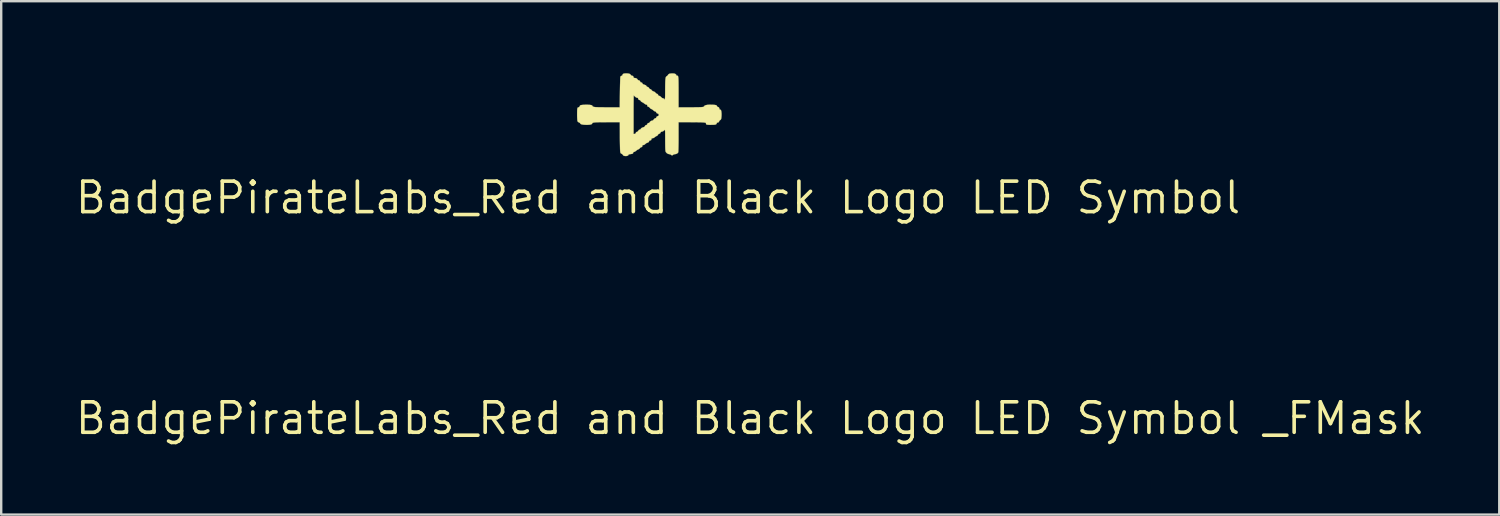
<source format=kicad_pcb>
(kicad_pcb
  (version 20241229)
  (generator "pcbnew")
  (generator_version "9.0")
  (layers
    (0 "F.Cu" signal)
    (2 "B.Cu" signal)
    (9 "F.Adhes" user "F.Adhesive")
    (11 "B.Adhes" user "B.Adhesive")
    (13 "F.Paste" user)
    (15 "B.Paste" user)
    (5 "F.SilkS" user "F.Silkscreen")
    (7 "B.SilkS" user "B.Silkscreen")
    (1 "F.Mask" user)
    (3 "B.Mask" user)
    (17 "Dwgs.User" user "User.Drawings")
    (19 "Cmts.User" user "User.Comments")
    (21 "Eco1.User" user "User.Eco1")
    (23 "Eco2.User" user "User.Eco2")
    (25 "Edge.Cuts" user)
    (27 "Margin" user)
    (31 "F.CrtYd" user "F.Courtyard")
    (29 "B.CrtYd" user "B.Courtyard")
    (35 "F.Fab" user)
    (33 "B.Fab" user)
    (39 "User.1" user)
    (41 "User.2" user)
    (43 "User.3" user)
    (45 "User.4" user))
  (footprint "BadgePirateLabs_Red and Black Logo LED Symbol _FMask"
    (layer "F.Cu")
    (at 28.189 14.37)
    (property "Reference" "BadgePirateLabs_Red and Black Logo LED Symbol _FMask" (at 0 0 0) (layer "F.SilkS") (effects (font (size 1.27 1.27) (thickness 0.15))))
    (attr through_hole)
    (fp_poly (pts (xy -1.252 -5.173) (xy -1.192 -5.161) (xy -1.155 -5.139) (xy -1.141 -5.119) (xy -1.115 -5.089) (xy -1.09 -5.082) (xy -1.047 -5.069) (xy -1.021 -5.035) (xy -1.018 -5.015) (xy -1.006 -4.991) (xy -0.983 -4.986) (xy -0.915 -4.977) (xy -0.872 -4.951) (xy -0.86 -4.931) (xy -0.832 -4.899) (xy -0.798 -4.886) (xy -0.76 -4.87) (xy -0.746 -4.84) (xy -0.73 -4.81) (xy -0.698 -4.799) (xy -0.661 -4.784) (xy -0.65 -4.761) (xy -0.637 -4.736) (xy -0.602 -4.716) (xy -0.568 -4.705) (xy -0.511 -4.683) (xy -0.484 -4.656) (xy -0.483 -4.651) (xy -0.461 -4.623) (xy -0.429 -4.61) (xy -0.388 -4.59) (xy -0.374 -4.565) (xy -0.35 -4.532) (xy -0.322 -4.521) (xy -0.285 -4.502) (xy -0.264 -4.477) (xy -0.234 -4.445) (xy -0.185 -4.424) (xy -0.135 -4.402) (xy -0.106 -4.373) (xy -0.106 -4.372) (xy -0.08 -4.343) (xy -0.049 -4.33) (xy -0.01 -4.309) (xy 0.004 -4.281) (xy 0.022 -4.248) (xy 0.051 -4.24) (xy 0.088 -4.227) (xy 0.121 -4.195) (xy 0.17 -4.152) (xy 0.21 -4.138) (xy 0.255 -4.122) (xy 0.279 -4.089) (xy 0.281 -4.085) (xy 0.286 -4.082) (xy 0.29 -4.105) (xy 0.293 -4.154) (xy 0.296 -4.231) (xy 0.297 -4.337) (xy 0.298 -4.474) (xy 0.298 -4.496) (xy 0.299 -4.644) (xy 0.301 -4.763) (xy 0.304 -4.856) (xy 0.309 -4.928) (xy 0.316 -4.98) (xy 0.325 -5.016) (xy 0.337 -5.04) (xy 0.352 -5.053) (xy 0.364 -5.058) (xy 0.392 -5.079) (xy 0.414 -5.11) (xy 0.437 -5.141) (xy 0.473 -5.161) (xy 0.528 -5.171) (xy 0.601 -5.175) (xy 0.672 -5.17) (xy 0.724 -5.152) (xy 0.755 -5.124) (xy 0.76 -5.104) (xy 0.773 -5.085) (xy 0.788 -5.082) (xy 0.804 -5.081) (xy 0.818 -5.077) (xy 0.829 -5.066) (xy 0.837 -5.047) (xy 0.843 -5.016) (xy 0.848 -4.97) (xy 0.851 -4.907) (xy 0.853 -4.823) (xy 0.854 -4.717) (xy 0.855 -4.585) (xy 0.855 -4.424) (xy 0.855 -4.404) (xy 0.855 -3.764) (xy 1.327 -3.764) (xy 1.48 -3.764) (xy 1.604 -3.765) (xy 1.703 -3.767) (xy 1.778 -3.77) (xy 1.834 -3.774) (xy 1.874 -3.779) (xy 1.899 -3.787) (xy 1.915 -3.796) (xy 1.922 -3.808) (xy 1.923 -3.812) (xy 1.945 -3.836) (xy 1.994 -3.855) (xy 2.065 -3.867) (xy 2.153 -3.873) (xy 2.255 -3.872) (xy 2.345 -3.865) (xy 2.4 -3.858) (xy 2.431 -3.848) (xy 2.447 -3.833) (xy 2.452 -3.817) (xy 2.469 -3.788) (xy 2.489 -3.78) (xy 2.528 -3.766) (xy 2.551 -3.73) (xy 2.554 -3.706) (xy 2.565 -3.676) (xy 2.589 -3.666) (xy 2.611 -3.658) (xy 2.625 -3.636) (xy 2.636 -3.592) (xy 2.638 -3.575) (xy 2.644 -3.513) (xy 2.645 -3.438) (xy 2.641 -3.371) (xy 2.634 -3.309) (xy 2.625 -3.271) (xy 2.612 -3.249) (xy 2.595 -3.238) (xy 2.564 -3.212) (xy 2.542 -3.175) (xy 2.521 -3.14) (xy 2.488 -3.129) (xy 2.484 -3.129) (xy 2.452 -3.122) (xy 2.442 -3.098) (xy 2.436 -3.072) (xy 2.412 -3.053) (xy 2.369 -3.041) (xy 2.301 -3.035) (xy 2.215 -3.034) (xy 2.127 -3.034) (xy 2.067 -3.038) (xy 2.029 -3.044) (xy 2.008 -3.056) (xy 1.999 -3.074) (xy 1.998 -3.089) (xy 1.995 -3.107) (xy 1.984 -3.119) (xy 1.956 -3.126) (xy 1.906 -3.132) (xy 1.877 -3.135) (xy 1.828 -3.137) (xy 1.754 -3.14) (xy 1.658 -3.142) (xy 1.548 -3.143) (xy 1.428 -3.144) (xy 1.305 -3.145) (xy 0.855 -3.145) (xy 0.855 -2.535) (xy 0.855 -2.396) (xy 0.854 -2.267) (xy 0.852 -2.151) (xy 0.85 -2.051) (xy 0.847 -1.971) (xy 0.844 -1.915) (xy 0.841 -1.887) (xy 0.84 -1.886) (xy 0.812 -1.852) (xy 0.764 -1.825) (xy 0.704 -1.812) (xy 0.688 -1.811) (xy 0.651 -1.801) (xy 0.633 -1.788) (xy 0.602 -1.767) (xy 0.585 -1.764) (xy 0.552 -1.775) (xy 0.537 -1.788) (xy 0.507 -1.806) (xy 0.479 -1.811) (xy 0.417 -1.825) (xy 0.359 -1.861) (xy 0.323 -1.906) (xy 0.316 -1.925) (xy 0.31 -1.953) (xy 0.306 -1.994) (xy 0.303 -2.051) (xy 0.301 -2.129) (xy 0.3 -2.229) (xy 0.299 -2.357) (xy 0.299 -2.402) (xy 0.299 -2.533) (xy 0.298 -2.635) (xy 0.297 -2.712) (xy 0.296 -2.766) (xy 0.293 -2.802) (xy 0.289 -2.821) (xy 0.284 -2.828) (xy 0.278 -2.824) (xy 0.271 -2.817) (xy 0.221 -2.773) (xy 0.164 -2.75) (xy 0.143 -2.748) (xy 0.114 -2.735) (xy 0.106 -2.713) (xy 0.087 -2.68) (xy 0.05 -2.663) (xy 0.008 -2.641) (xy -0.005 -2.616) (xy -0.024 -2.586) (xy -0.051 -2.573) (xy -0.09 -2.554) (xy -0.131 -2.523) (xy -0.134 -2.52) (xy -0.184 -2.486) (xy -0.223 -2.478) (xy -0.257 -2.473) (xy -0.272 -2.452) (xy -0.275 -2.434) (xy -0.286 -2.4) (xy -0.316 -2.387) (xy -0.324 -2.386) (xy -0.355 -2.375) (xy -0.367 -2.359) (xy -0.381 -2.326) (xy -0.413 -2.298) (xy -0.448 -2.288) (xy -0.478 -2.277) (xy -0.514 -2.249) (xy -0.524 -2.24) (xy -0.57 -2.204) (xy -0.611 -2.192) (xy -0.643 -2.187) (xy -0.653 -2.163) (xy -0.653 -2.152) (xy -0.661 -2.121) (xy -0.69 -2.105) (xy -0.698 -2.103) (xy -0.736 -2.086) (xy -0.757 -2.061) (xy -0.783 -2.033) (xy -0.82 -2.013) (xy -0.863 -1.992) (xy -0.908 -1.959) (xy -0.916 -1.952) (xy -0.955 -1.923) (xy -0.991 -1.907) (xy -0.999 -1.907) (xy -1.028 -1.897) (xy -1.034 -1.876) (xy -1.038 -1.851) (xy -1.055 -1.835) (xy -1.09 -1.824) (xy -1.145 -1.816) (xy -1.19 -1.809) (xy -1.219 -1.8) (xy -1.225 -1.794) (xy -1.239 -1.765) (xy -1.276 -1.744) (xy -1.327 -1.734) (xy -1.383 -1.736) (xy -1.427 -1.748) (xy -1.455 -1.767) (xy -1.463 -1.784) (xy -1.476 -1.804) (xy -1.508 -1.825) (xy -1.514 -1.828) (xy -1.544 -1.844) (xy -1.56 -1.863) (xy -1.57 -1.897) (xy -1.576 -1.946) (xy -1.579 -1.985) (xy -1.581 -2.051) (xy -1.583 -2.139) (xy -1.585 -2.246) (xy -1.587 -2.367) (xy -1.588 -2.497) (xy -1.588 -2.593) (xy -1.59 -3.145) (xy -2.078 -3.145) (xy -2.24 -3.144) (xy -2.374 -3.143) (xy -2.481 -3.142) (xy -2.565 -3.139) (xy -2.629 -3.135) (xy -2.675 -3.129) (xy -2.706 -3.122) (xy -2.725 -3.113) (xy -2.735 -3.102) (xy -2.738 -3.095) (xy -2.754 -3.069) (xy -2.79 -3.051) (xy -2.848 -3.04) (xy -2.933 -3.034) (xy -2.989 -3.034) (xy -3.088 -3.038) (xy -3.165 -3.049) (xy -3.216 -3.067) (xy -3.24 -3.091) (xy -3.241 -3.098) (xy -3.254 -3.114) (xy -3.287 -3.131) (xy -3.29 -3.132) (xy -3.33 -3.156) (xy -3.353 -3.187) (xy -3.358 -3.216) (xy -3.362 -3.271) (xy -3.366 -3.343) (xy -3.368 -3.428) (xy -3.368 -3.453) (xy -1.018 -3.453) (xy -1.018 -2.651) (xy -0.975 -2.656) (xy -0.939 -2.669) (xy -0.926 -2.697) (xy -0.909 -2.729) (xy -0.875 -2.742) (xy -0.835 -2.763) (xy -0.821 -2.787) (xy -0.798 -2.82) (xy -0.767 -2.832) (xy -0.728 -2.85) (xy -0.713 -2.873) (xy -0.691 -2.9) (xy -0.639 -2.924) (xy -0.627 -2.927) (xy -0.576 -2.946) (xy -0.55 -2.967) (xy -0.545 -2.983) (xy -0.527 -3.012) (xy -0.498 -3.021) (xy -0.461 -3.036) (xy -0.447 -3.065) (xy -0.428 -3.099) (xy -0.395 -3.11) (xy -0.363 -3.119) (xy -0.352 -3.13) (xy -0.338 -3.158) (xy -0.306 -3.186) (xy -0.268 -3.205) (xy -0.248 -3.208) (xy -0.208 -3.221) (xy -0.18 -3.255) (xy -0.146 -3.294) (xy -0.113 -3.307) (xy -0.079 -3.322) (xy -0.069 -3.348) (xy -0.052 -3.379) (xy -0.017 -3.394) (xy 0.017 -3.406) (xy 0.029 -3.432) (xy 0.029 -3.449) (xy 0.024 -3.484) (xy 0 -3.5) (xy -0.017 -3.504) (xy -0.058 -3.524) (xy -0.073 -3.551) (xy -0.092 -3.583) (xy -0.113 -3.589) (xy -0.144 -3.6) (xy -0.181 -3.626) (xy -0.191 -3.635) (xy -0.233 -3.669) (xy -0.276 -3.693) (xy -0.283 -3.696) (xy -0.321 -3.717) (xy -0.343 -3.744) (xy -0.369 -3.772) (xy -0.402 -3.786) (xy -0.436 -3.8) (xy -0.447 -3.828) (xy -0.447 -3.835) (xy -0.453 -3.866) (xy -0.479 -3.875) (xy -0.485 -3.875) (xy -0.52 -3.886) (xy -0.561 -3.912) (xy -0.572 -3.921) (xy -0.613 -3.953) (xy -0.654 -3.974) (xy -0.661 -3.977) (xy -0.699 -3.999) (xy -0.72 -4.026) (xy -0.742 -4.056) (xy -0.764 -4.066) (xy -0.802 -4.079) (xy -0.825 -4.114) (xy -0.828 -4.132) (xy -0.839 -4.155) (xy -0.869 -4.161) (xy -0.91 -4.173) (xy -0.954 -4.206) (xy -0.957 -4.208) (xy -0.988 -4.238) (xy -1.008 -4.255) (xy -1.012 -4.256) (xy -1.013 -4.241) (xy -1.014 -4.197) (xy -1.015 -4.127) (xy -1.016 -4.034) (xy -1.017 -3.921) (xy -1.018 -3.792) (xy -1.018 -3.649) (xy -1.018 -3.495) (xy -1.018 -3.453) (xy -3.368 -3.453) (xy -3.368 -3.476) (xy -3.367 -3.579) (xy -3.365 -3.654) (xy -3.359 -3.706) (xy -3.35 -3.739) (xy -3.336 -3.756) (xy -3.316 -3.763) (xy -3.303 -3.764) (xy -3.278 -3.778) (xy -3.26 -3.81) (xy -3.25 -3.832) (xy -3.237 -3.846) (xy -3.212 -3.855) (xy -3.169 -3.861) (xy -3.106 -3.867) (xy -3.025 -3.871) (xy -2.938 -3.871) (xy -2.864 -3.868) (xy -2.858 -3.867) (xy -2.797 -3.859) (xy -2.76 -3.85) (xy -2.74 -3.836) (xy -2.73 -3.82) (xy -2.721 -3.806) (xy -2.708 -3.794) (xy -2.686 -3.785) (xy -2.653 -3.778) (xy -2.605 -3.772) (xy -2.541 -3.769) (xy -2.456 -3.766) (xy -2.348 -3.765) (xy -2.214 -3.764) (xy -2.081 -3.764) (xy -1.593 -3.764) (xy -1.586 -4.387) (xy -1.584 -4.526) (xy -1.582 -4.655) (xy -1.579 -4.771) (xy -1.576 -4.871) (xy -1.573 -4.951) (xy -1.57 -5.007) (xy -1.567 -5.036) (xy -1.567 -5.038) (xy -1.543 -5.064) (xy -1.517 -5.075) (xy -1.486 -5.094) (xy -1.479 -5.114) (xy -1.464 -5.148) (xy -1.421 -5.169) (xy -1.35 -5.177) (xy -1.339 -5.177) (xy -1.252 -5.173)) (stroke (width 0.01) (type solid)) (fill yes) (layer "F.Mask")))
  (footprint "BadgePirateLabs_Red and Black Logo LED Symbol"
    (layer "F.Cu")
    (at 24.349 5.182)
    (property "Reference" "BadgePirateLabs_Red and Black Logo LED Symbol" (at 0 0 0) (layer "F.SilkS") (effects (font (size 1.27 1.27) (thickness 0.15))))
    (attr through_hole)
    (fp_poly (pts (xy -1.252 -5.173) (xy -1.192 -5.161) (xy -1.155 -5.139) (xy -1.141 -5.119) (xy -1.115 -5.089) (xy -1.09 -5.082) (xy -1.047 -5.069) (xy -1.021 -5.035) (xy -1.018 -5.015) (xy -1.006 -4.991) (xy -0.983 -4.986) (xy -0.915 -4.977) (xy -0.872 -4.951) (xy -0.86 -4.931) (xy -0.832 -4.899) (xy -0.798 -4.886) (xy -0.76 -4.87) (xy -0.746 -4.84) (xy -0.73 -4.81) (xy -0.698 -4.799) (xy -0.661 -4.784) (xy -0.65 -4.761) (xy -0.637 -4.736) (xy -0.602 -4.716) (xy -0.568 -4.705) (xy -0.511 -4.683) (xy -0.484 -4.656) (xy -0.483 -4.651) (xy -0.461 -4.623) (xy -0.429 -4.61) (xy -0.388 -4.59) (xy -0.374 -4.565) (xy -0.35 -4.532) (xy -0.322 -4.521) (xy -0.285 -4.502) (xy -0.264 -4.477) (xy -0.234 -4.445) (xy -0.185 -4.424) (xy -0.135 -4.402) (xy -0.106 -4.373) (xy -0.106 -4.372) (xy -0.08 -4.343) (xy -0.049 -4.33) (xy -0.01 -4.309) (xy 0.004 -4.281) (xy 0.022 -4.248) (xy 0.051 -4.24) (xy 0.088 -4.227) (xy 0.121 -4.195) (xy 0.17 -4.152) (xy 0.21 -4.138) (xy 0.255 -4.122) (xy 0.279 -4.089) (xy 0.281 -4.085) (xy 0.286 -4.082) (xy 0.29 -4.105) (xy 0.293 -4.154) (xy 0.296 -4.231) (xy 0.297 -4.337) (xy 0.298 -4.474) (xy 0.298 -4.496) (xy 0.299 -4.644) (xy 0.301 -4.763) (xy 0.304 -4.856) (xy 0.309 -4.928) (xy 0.316 -4.98) (xy 0.325 -5.016) (xy 0.337 -5.04) (xy 0.352 -5.053) (xy 0.364 -5.058) (xy 0.392 -5.079) (xy 0.414 -5.11) (xy 0.437 -5.141) (xy 0.473 -5.161) (xy 0.528 -5.171) (xy 0.601 -5.175) (xy 0.672 -5.17) (xy 0.724 -5.152) (xy 0.755 -5.124) (xy 0.76 -5.104) (xy 0.773 -5.085) (xy 0.788 -5.082) (xy 0.804 -5.081) (xy 0.818 -5.077) (xy 0.829 -5.066) (xy 0.837 -5.047) (xy 0.843 -5.016) (xy 0.848 -4.97) (xy 0.851 -4.907) (xy 0.853 -4.823) (xy 0.854 -4.717) (xy 0.855 -4.585) (xy 0.855 -4.424) (xy 0.855 -4.404) (xy 0.855 -3.764) (xy 1.327 -3.764) (xy 1.48 -3.764) (xy 1.604 -3.765) (xy 1.703 -3.767) (xy 1.778 -3.77) (xy 1.834 -3.774) (xy 1.874 -3.779) (xy 1.899 -3.787) (xy 1.915 -3.796) (xy 1.922 -3.808) (xy 1.923 -3.812) (xy 1.945 -3.836) (xy 1.994 -3.855) (xy 2.065 -3.867) (xy 2.153 -3.873) (xy 2.255 -3.872) (xy 2.345 -3.865) (xy 2.4 -3.858) (xy 2.431 -3.848) (xy 2.447 -3.833) (xy 2.452 -3.817) (xy 2.469 -3.788) (xy 2.489 -3.78) (xy 2.528 -3.766) (xy 2.551 -3.73) (xy 2.554 -3.706) (xy 2.565 -3.676) (xy 2.589 -3.666) (xy 2.611 -3.658) (xy 2.625 -3.636) (xy 2.636 -3.592) (xy 2.638 -3.575) (xy 2.644 -3.513) (xy 2.645 -3.438) (xy 2.641 -3.371) (xy 2.634 -3.309) (xy 2.625 -3.271) (xy 2.612 -3.249) (xy 2.595 -3.238) (xy 2.564 -3.212) (xy 2.542 -3.175) (xy 2.521 -3.14) (xy 2.488 -3.129) (xy 2.484 -3.129) (xy 2.452 -3.122) (xy 2.442 -3.098) (xy 2.436 -3.072) (xy 2.412 -3.053) (xy 2.369 -3.041) (xy 2.301 -3.035) (xy 2.215 -3.034) (xy 2.127 -3.034) (xy 2.067 -3.038) (xy 2.029 -3.044) (xy 2.008 -3.056) (xy 1.999 -3.074) (xy 1.998 -3.089) (xy 1.995 -3.107) (xy 1.984 -3.119) (xy 1.956 -3.126) (xy 1.906 -3.132) (xy 1.877 -3.135) (xy 1.828 -3.137) (xy 1.754 -3.14) (xy 1.658 -3.142) (xy 1.548 -3.143) (xy 1.428 -3.144) (xy 1.305 -3.145) (xy 0.855 -3.145) (xy 0.855 -2.535) (xy 0.855 -2.396) (xy 0.854 -2.267) (xy 0.852 -2.151) (xy 0.85 -2.051) (xy 0.847 -1.971) (xy 0.844 -1.915) (xy 0.841 -1.887) (xy 0.84 -1.886) (xy 0.812 -1.852) (xy 0.764 -1.825) (xy 0.704 -1.812) (xy 0.688 -1.811) (xy 0.651 -1.801) (xy 0.633 -1.788) (xy 0.602 -1.767) (xy 0.585 -1.764) (xy 0.552 -1.775) (xy 0.537 -1.788) (xy 0.507 -1.806) (xy 0.479 -1.811) (xy 0.417 -1.825) (xy 0.359 -1.861) (xy 0.323 -1.906) (xy 0.316 -1.925) (xy 0.31 -1.953) (xy 0.306 -1.994) (xy 0.303 -2.051) (xy 0.301 -2.129) (xy 0.3 -2.229) (xy 0.299 -2.357) (xy 0.299 -2.402) (xy 0.299 -2.533) (xy 0.298 -2.635) (xy 0.297 -2.712) (xy 0.296 -2.766) (xy 0.293 -2.802) (xy 0.289 -2.821) (xy 0.284 -2.828) (xy 0.278 -2.824) (xy 0.271 -2.817) (xy 0.221 -2.773) (xy 0.164 -2.75) (xy 0.143 -2.748) (xy 0.114 -2.735) (xy 0.106 -2.713) (xy 0.087 -2.68) (xy 0.05 -2.663) (xy 0.008 -2.641) (xy -0.005 -2.616) (xy -0.024 -2.586) (xy -0.051 -2.573) (xy -0.09 -2.554) (xy -0.131 -2.523) (xy -0.134 -2.52) (xy -0.184 -2.486) (xy -0.223 -2.478) (xy -0.257 -2.473) (xy -0.272 -2.452) (xy -0.275 -2.434) (xy -0.286 -2.4) (xy -0.316 -2.387) (xy -0.324 -2.386) (xy -0.355 -2.375) (xy -0.367 -2.359) (xy -0.381 -2.326) (xy -0.413 -2.298) (xy -0.448 -2.288) (xy -0.478 -2.277) (xy -0.514 -2.249) (xy -0.524 -2.24) (xy -0.57 -2.204) (xy -0.611 -2.192) (xy -0.643 -2.187) (xy -0.653 -2.163) (xy -0.653 -2.152) (xy -0.661 -2.121) (xy -0.69 -2.105) (xy -0.698 -2.103) (xy -0.736 -2.086) (xy -0.757 -2.061) (xy -0.783 -2.033) (xy -0.82 -2.013) (xy -0.863 -1.992) (xy -0.908 -1.959) (xy -0.916 -1.952) (xy -0.955 -1.923) (xy -0.991 -1.907) (xy -0.999 -1.907) (xy -1.028 -1.897) (xy -1.034 -1.876) (xy -1.038 -1.851) (xy -1.055 -1.835) (xy -1.09 -1.824) (xy -1.145 -1.816) (xy -1.19 -1.809) (xy -1.219 -1.8) (xy -1.225 -1.794) (xy -1.239 -1.765) (xy -1.276 -1.744) (xy -1.327 -1.734) (xy -1.383 -1.736) (xy -1.427 -1.748) (xy -1.455 -1.767) (xy -1.463 -1.784) (xy -1.476 -1.804) (xy -1.508 -1.825) (xy -1.514 -1.828) (xy -1.544 -1.844) (xy -1.56 -1.863) (xy -1.57 -1.897) (xy -1.576 -1.946) (xy -1.579 -1.985) (xy -1.581 -2.051) (xy -1.583 -2.139) (xy -1.585 -2.246) (xy -1.587 -2.367) (xy -1.588 -2.497) (xy -1.588 -2.593) (xy -1.59 -3.145) (xy -2.078 -3.145) (xy -2.24 -3.144) (xy -2.374 -3.143) (xy -2.481 -3.142) (xy -2.565 -3.139) (xy -2.629 -3.135) (xy -2.675 -3.129) (xy -2.706 -3.122) (xy -2.725 -3.113) (xy -2.735 -3.102) (xy -2.738 -3.095) (xy -2.754 -3.069) (xy -2.79 -3.051) (xy -2.848 -3.04) (xy -2.933 -3.034) (xy -2.989 -3.034) (xy -3.088 -3.038) (xy -3.165 -3.049) (xy -3.216 -3.067) (xy -3.24 -3.091) (xy -3.241 -3.098) (xy -3.254 -3.114) (xy -3.287 -3.131) (xy -3.29 -3.132) (xy -3.33 -3.156) (xy -3.353 -3.187) (xy -3.358 -3.216) (xy -3.362 -3.271) (xy -3.366 -3.343) (xy -3.368 -3.428) (xy -3.368 -3.453) (xy -1.018 -3.453) (xy -1.018 -2.651) (xy -0.975 -2.656) (xy -0.939 -2.669) (xy -0.926 -2.697) (xy -0.909 -2.729) (xy -0.875 -2.742) (xy -0.835 -2.763) (xy -0.821 -2.787) (xy -0.798 -2.82) (xy -0.767 -2.832) (xy -0.728 -2.85) (xy -0.713 -2.873) (xy -0.691 -2.9) (xy -0.639 -2.924) (xy -0.627 -2.927) (xy -0.576 -2.946) (xy -0.55 -2.967) (xy -0.545 -2.983) (xy -0.527 -3.012) (xy -0.498 -3.021) (xy -0.461 -3.036) (xy -0.447 -3.065) (xy -0.428 -3.099) (xy -0.395 -3.11) (xy -0.363 -3.119) (xy -0.352 -3.13) (xy -0.338 -3.158) (xy -0.306 -3.186) (xy -0.268 -3.205) (xy -0.248 -3.208) (xy -0.208 -3.221) (xy -0.18 -3.255) (xy -0.146 -3.294) (xy -0.113 -3.307) (xy -0.079 -3.322) (xy -0.069 -3.348) (xy -0.052 -3.379) (xy -0.017 -3.394) (xy 0.017 -3.406) (xy 0.029 -3.432) (xy 0.029 -3.449) (xy 0.024 -3.484) (xy 0 -3.5) (xy -0.017 -3.504) (xy -0.058 -3.524) (xy -0.073 -3.551) (xy -0.092 -3.583) (xy -0.113 -3.589) (xy -0.144 -3.6) (xy -0.181 -3.626) (xy -0.191 -3.635) (xy -0.233 -3.669) (xy -0.276 -3.693) (xy -0.283 -3.696) (xy -0.321 -3.717) (xy -0.343 -3.744) (xy -0.369 -3.772) (xy -0.402 -3.786) (xy -0.436 -3.8) (xy -0.447 -3.828) (xy -0.447 -3.835) (xy -0.453 -3.866) (xy -0.479 -3.875) (xy -0.485 -3.875) (xy -0.52 -3.886) (xy -0.561 -3.912) (xy -0.572 -3.921) (xy -0.613 -3.953) (xy -0.654 -3.974) (xy -0.661 -3.977) (xy -0.699 -3.999) (xy -0.72 -4.026) (xy -0.742 -4.056) (xy -0.764 -4.066) (xy -0.802 -4.079) (xy -0.825 -4.114) (xy -0.828 -4.132) (xy -0.839 -4.155) (xy -0.869 -4.161) (xy -0.91 -4.173) (xy -0.954 -4.206) (xy -0.957 -4.208) (xy -0.988 -4.238) (xy -1.008 -4.255) (xy -1.012 -4.256) (xy -1.013 -4.241) (xy -1.014 -4.197) (xy -1.015 -4.127) (xy -1.016 -4.034) (xy -1.017 -3.921) (xy -1.018 -3.792) (xy -1.018 -3.649) (xy -1.018 -3.495) (xy -1.018 -3.453) (xy -3.368 -3.453) (xy -3.368 -3.476) (xy -3.367 -3.579) (xy -3.365 -3.654) (xy -3.359 -3.706) (xy -3.35 -3.739) (xy -3.336 -3.756) (xy -3.316 -3.763) (xy -3.303 -3.764) (xy -3.278 -3.778) (xy -3.26 -3.81) (xy -3.25 -3.832) (xy -3.237 -3.846) (xy -3.212 -3.855) (xy -3.169 -3.861) (xy -3.106 -3.867) (xy -3.025 -3.871) (xy -2.938 -3.871) (xy -2.864 -3.868) (xy -2.858 -3.867) (xy -2.797 -3.859) (xy -2.76 -3.85) (xy -2.74 -3.836) (xy -2.73 -3.82) (xy -2.721 -3.806) (xy -2.708 -3.794) (xy -2.686 -3.785) (xy -2.653 -3.778) (xy -2.605 -3.772) (xy -2.541 -3.769) (xy -2.456 -3.766) (xy -2.348 -3.765) (xy -2.214 -3.764) (xy -2.081 -3.764) (xy -1.593 -3.764) (xy -1.586 -4.387) (xy -1.584 -4.526) (xy -1.582 -4.655) (xy -1.579 -4.771) (xy -1.576 -4.871) (xy -1.573 -4.951) (xy -1.57 -5.007) (xy -1.567 -5.036) (xy -1.567 -5.038) (xy -1.543 -5.064) (xy -1.517 -5.075) (xy -1.486 -5.094) (xy -1.479 -5.114) (xy -1.464 -5.148) (xy -1.421 -5.169) (xy -1.35 -5.177) (xy -1.339 -5.177) (xy -1.252 -5.173)) (stroke (width 0.01) (type solid)) (fill yes) (layer "F.SilkS")))
  (gr_rect
    (start -3 -3)
    (end 59.378 18.376)
    (stroke (width 0.1) (type default))
    (fill no)
    (layer "Edge.Cuts")))
</source>
